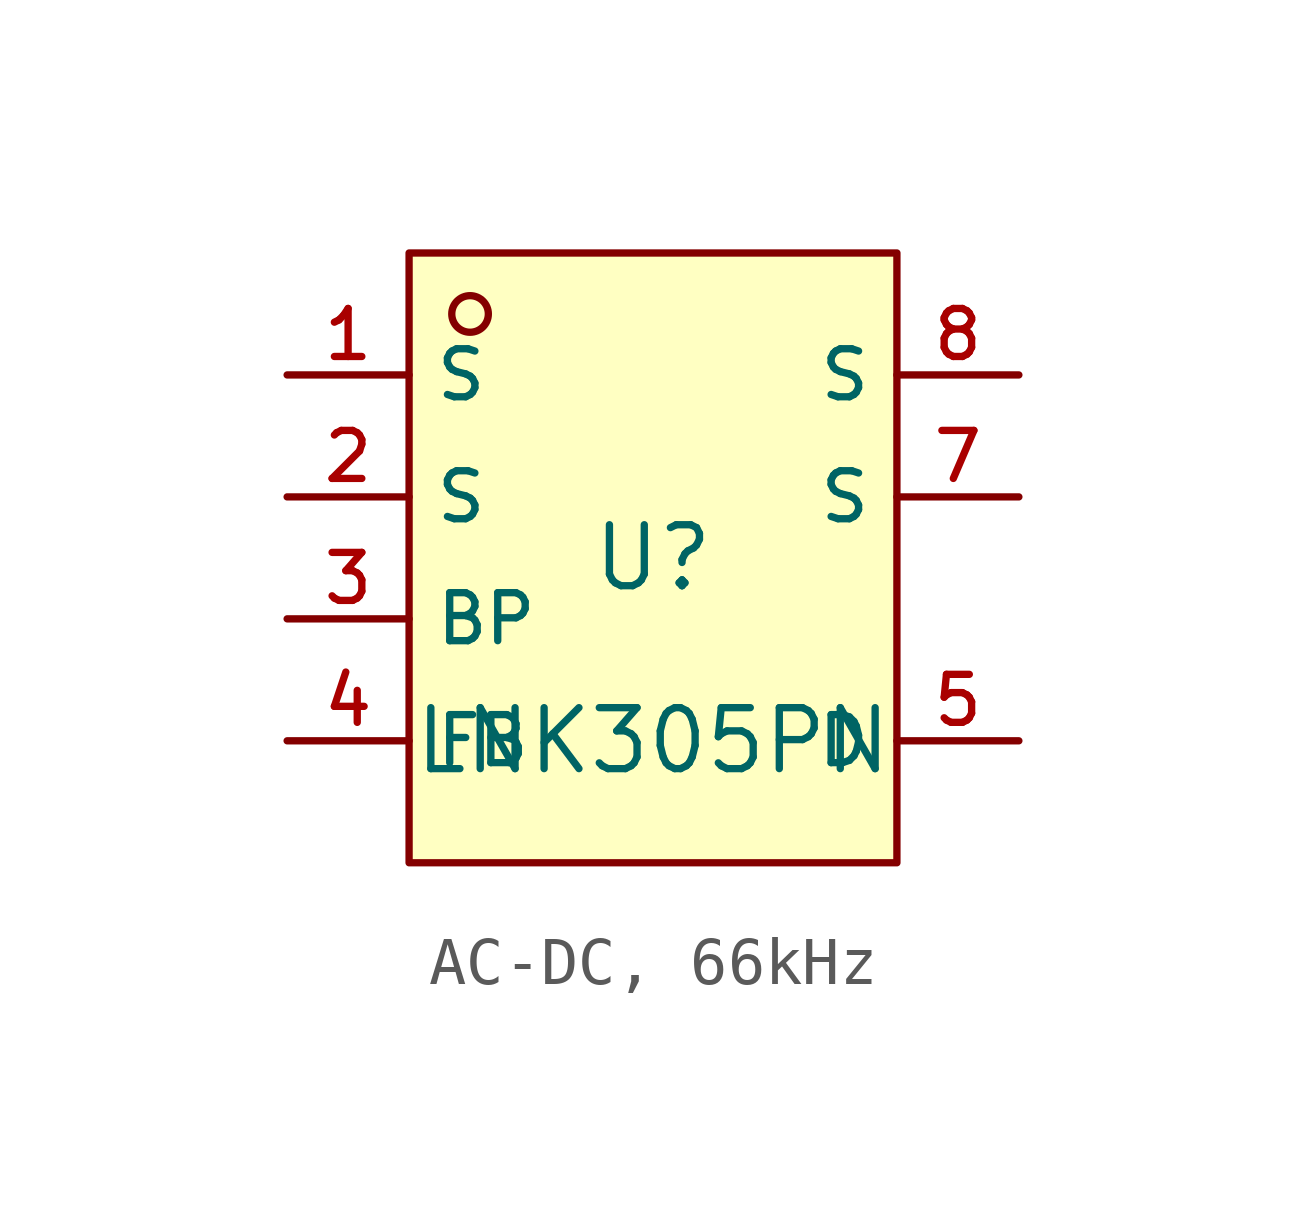
<source format=kicad_sym>
(kicad_symbol_lib
  (version 20231120)
  (generator "CDFER_Archive_Tool")
  (generator_version "0.0")
  (symbol "AC-DC, 66kHz"
    (property "Reference" "U"
      (at 0 1.27 0)
      (effects (font (size 1.27 1.27))))
    (property "Value" "LNK305PN"
      (at 0 -2.54 0)
      (effects (font (size 1.27 1.27))))
    (symbol "AC-DC, 66kHz_0_1"
      (rectangle (start -5.08 7.62) (end 5.08 -5.08) (stroke (width 0) (type default)) (fill (type background)))
      (circle (center -3.81 6.35) (radius 0.381) (stroke (width 0) (type default)) (fill (type background)))
      (pin unspecified line (at -7.62 5.08 0) (length 2.54) (name "S" (effects (font (size 1 1)))) (number "1" (effects (font (size 1 1)))))
      (pin unspecified line (at -7.62 2.54 0) (length 2.54) (name "S" (effects (font (size 1 1)))) (number "2" (effects (font (size 1 1)))))
      (pin unspecified line (at -7.62 0 0) (length 2.54) (name "BP" (effects (font (size 1 1)))) (number "3" (effects (font (size 1 1)))))
      (pin unspecified line (at -7.62 -2.54 0) (length 2.54) (name "FB" (effects (font (size 1 1)))) (number "4" (effects (font (size 1 1)))))
      (pin unspecified line (at 7.62 -2.54 180) (length 2.54) (name "D" (effects (font (size 1 1)))) (number "5" (effects (font (size 1 1)))))
      (pin unspecified line (at 7.62 2.54 180) (length 2.54) (name "S" (effects (font (size 1 1)))) (number "7" (effects (font (size 1 1)))))
      (pin unspecified line (at 7.62 5.08 180) (length 2.54) (name "S" (effects (font (size 1 1)))) (number "8" (effects (font (size 1 1))))))))
</source>
